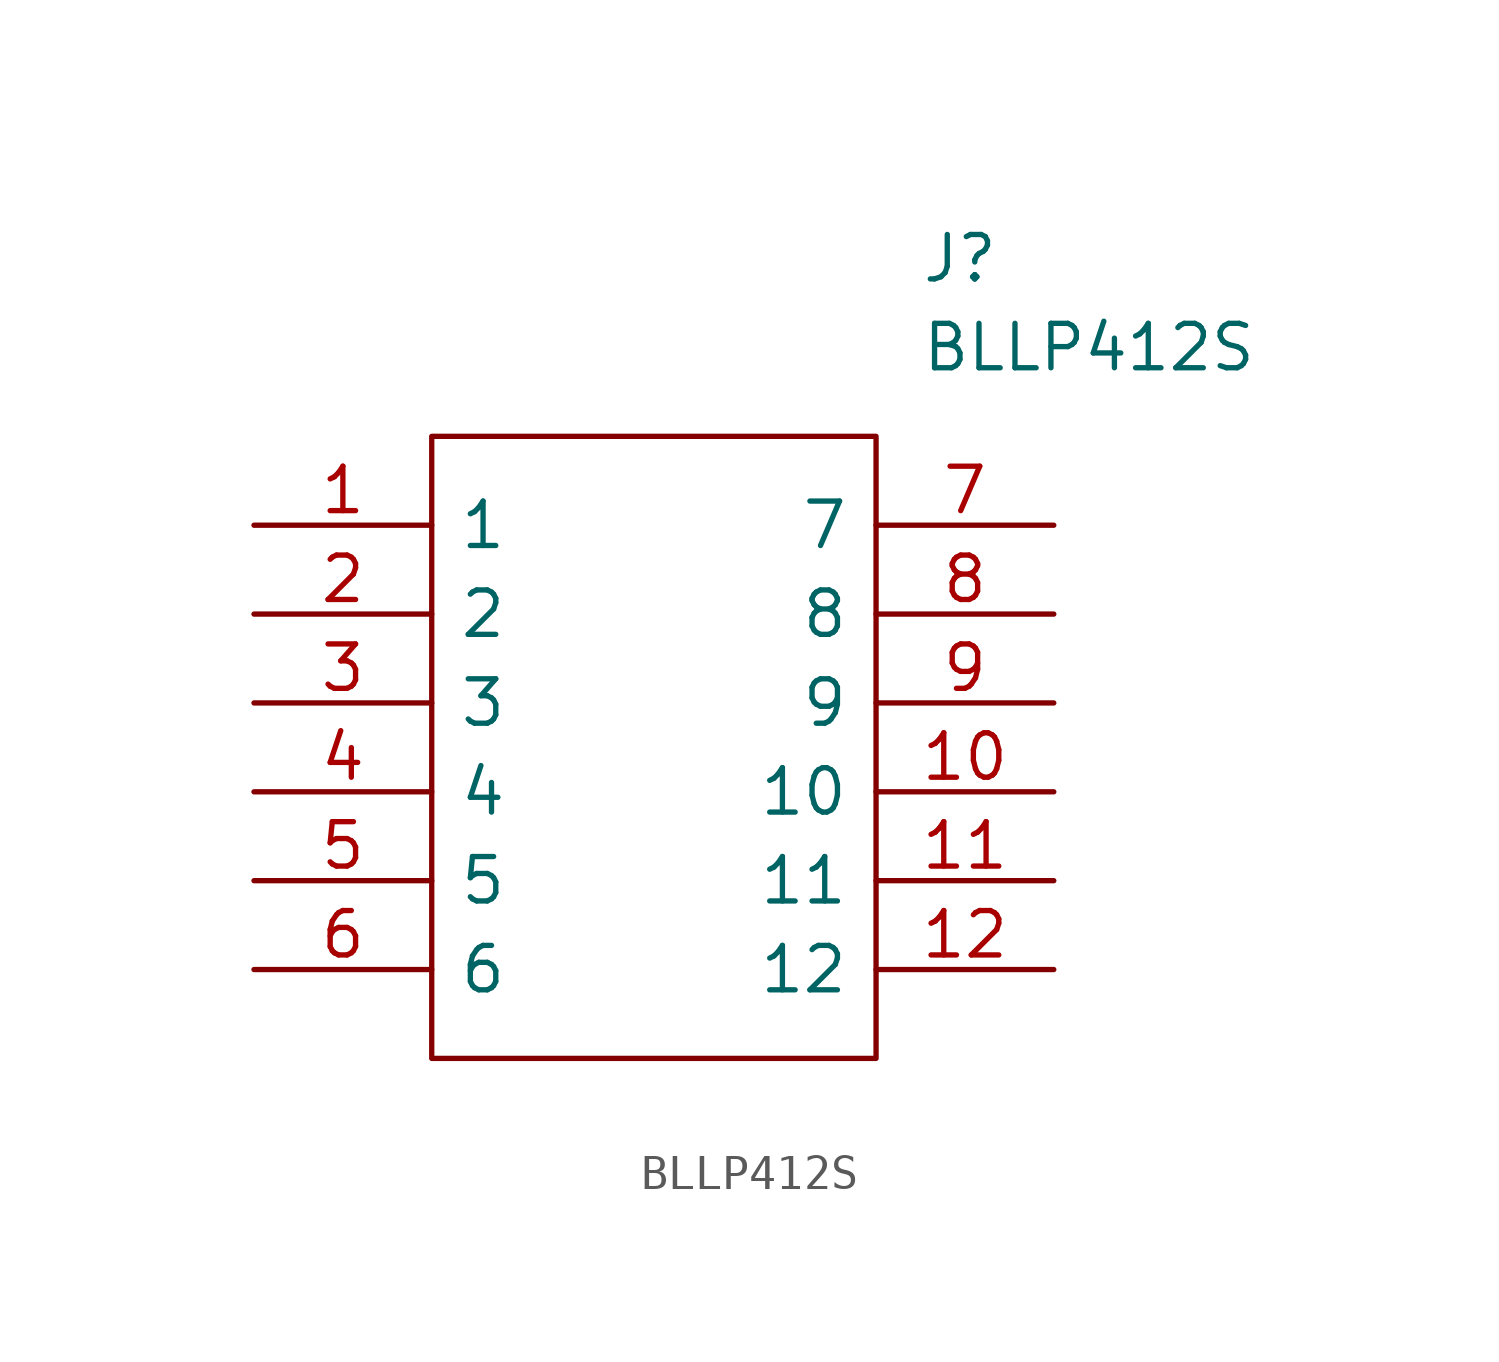
<source format=kicad_sym>
(kicad_symbol_lib
  (version 20220914)
  (generator kicad_symbol_editor)
  (symbol "BLLP412S"
    (pin_names
      (offset 0.762))
    (property "Reference" "J"
      (at 19.05 7.62 0)
      (effects (font (size 1.27 1.27)) (justify left)))
    (property "Value" "BLLP412S"
      (at 19.05 5.08 0)
      (effects (font (size 1.27 1.27)) (justify left)))
    (symbol "BLLP412S_0_0"
      (pin passive line (at 0 0 0) (length 5.08) (name "1" (effects (font (size 1.27 1.27)))) (number "1" (effects (font (size 1.27 1.27)))))
      (pin passive line (at 22.86 -12.7 180) (length 5.08) (name "12" (effects (font (size 1.27 1.27)))) (number "12" (effects (font (size 1.27 1.27))))))
    (symbol "BLLP412S_0_1"
      (polyline (pts (xy 5.08 2.54) (xy 17.78 2.54) (xy 17.78 -15.24) (xy 5.08 -15.24) (xy 5.08 2.54)) (stroke (width 0.152) (type solid)) (fill (type none))))
    (symbol "BLLP412S_1_0"
      (pin passive line (at 22.86 -7.62 180) (length 5.08) (name "10" (effects (font (size 1.27 1.27)))) (number "10" (effects (font (size 1.27 1.27)))))
      (pin passive line (at 22.86 -10.16 180) (length 5.08) (name "11" (effects (font (size 1.27 1.27)))) (number "11" (effects (font (size 1.27 1.27)))))
      (pin passive line (at 0 -2.54 0) (length 5.08) (name "2" (effects (font (size 1.27 1.27)))) (number "2" (effects (font (size 1.27 1.27)))))
      (pin passive line (at 0 -5.08 0) (length 5.08) (name "3" (effects (font (size 1.27 1.27)))) (number "3" (effects (font (size 1.27 1.27)))))
      (pin passive line (at 0 -7.62 0) (length 5.08) (name "4" (effects (font (size 1.27 1.27)))) (number "4" (effects (font (size 1.27 1.27)))))
      (pin passive line (at 0 -10.16 0) (length 5.08) (name "5" (effects (font (size 1.27 1.27)))) (number "5" (effects (font (size 1.27 1.27)))))
      (pin passive line (at 0 -12.7 0) (length 5.08) (name "6" (effects (font (size 1.27 1.27)))) (number "6" (effects (font (size 1.27 1.27)))))
      (pin passive line (at 22.86 0 180) (length 5.08) (name "7" (effects (font (size 1.27 1.27)))) (number "7" (effects (font (size 1.27 1.27)))))
      (pin passive line (at 22.86 -2.54 180) (length 5.08) (name "8" (effects (font (size 1.27 1.27)))) (number "8" (effects (font (size 1.27 1.27)))))
      (pin passive line (at 22.86 -5.08 180) (length 5.08) (name "9" (effects (font (size 1.27 1.27)))) (number "9" (effects (font (size 1.27 1.27))))))))
</source>
